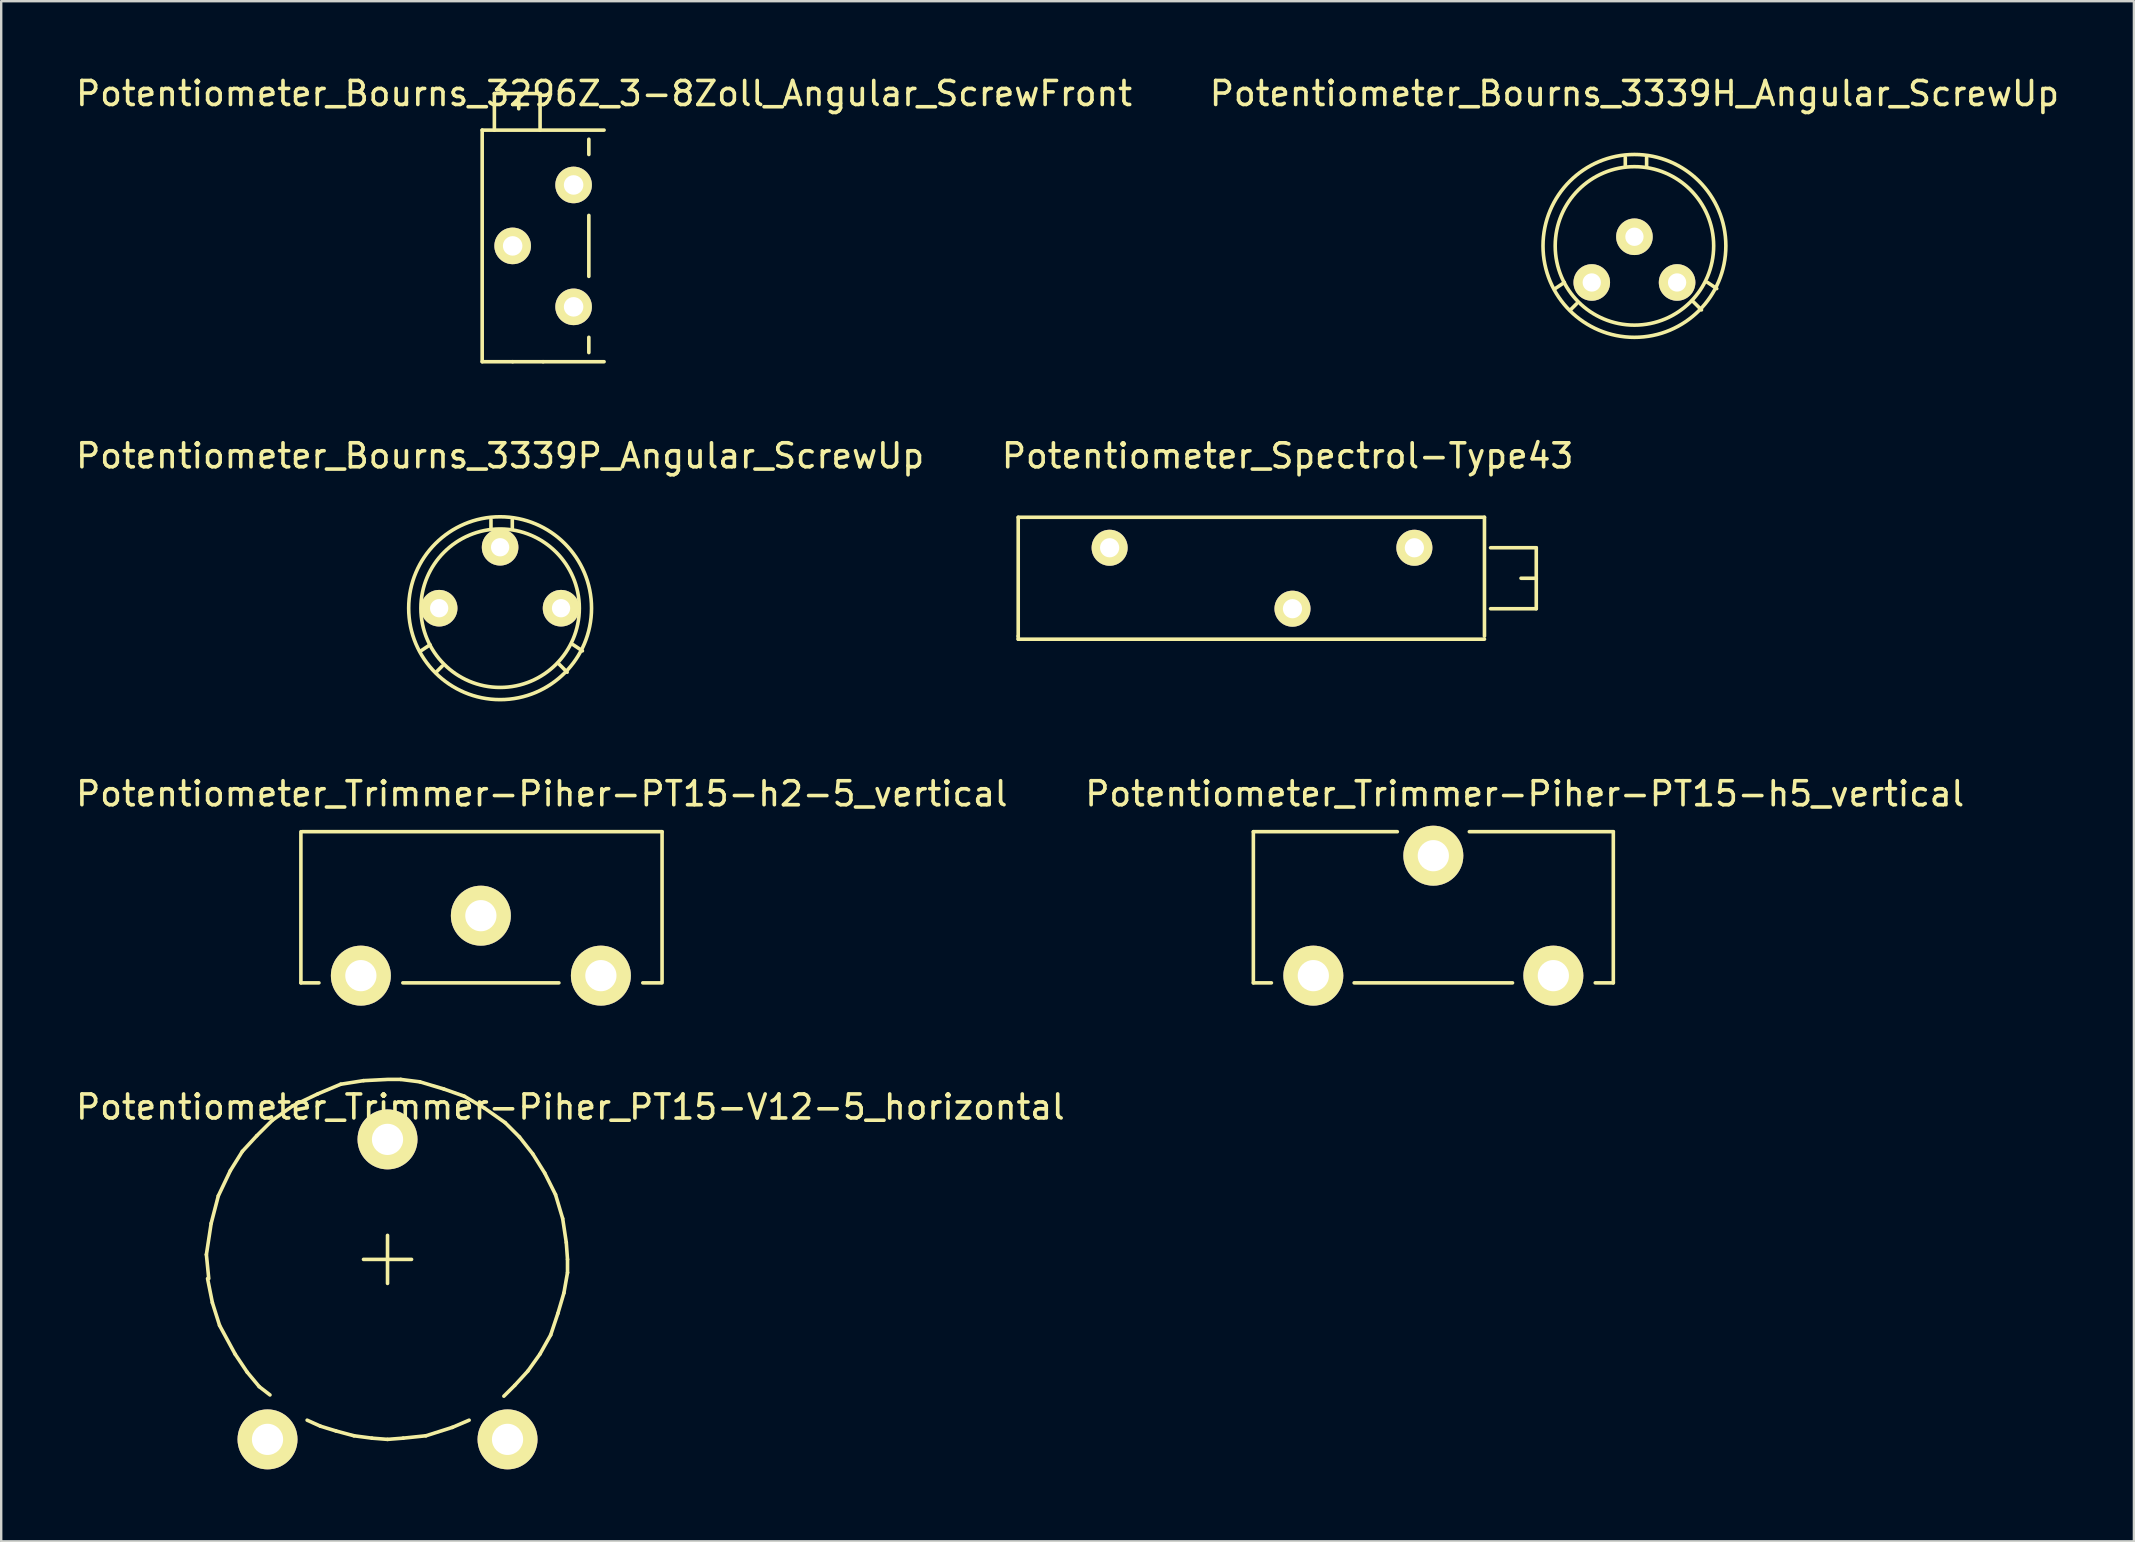
<source format=kicad_pcb>
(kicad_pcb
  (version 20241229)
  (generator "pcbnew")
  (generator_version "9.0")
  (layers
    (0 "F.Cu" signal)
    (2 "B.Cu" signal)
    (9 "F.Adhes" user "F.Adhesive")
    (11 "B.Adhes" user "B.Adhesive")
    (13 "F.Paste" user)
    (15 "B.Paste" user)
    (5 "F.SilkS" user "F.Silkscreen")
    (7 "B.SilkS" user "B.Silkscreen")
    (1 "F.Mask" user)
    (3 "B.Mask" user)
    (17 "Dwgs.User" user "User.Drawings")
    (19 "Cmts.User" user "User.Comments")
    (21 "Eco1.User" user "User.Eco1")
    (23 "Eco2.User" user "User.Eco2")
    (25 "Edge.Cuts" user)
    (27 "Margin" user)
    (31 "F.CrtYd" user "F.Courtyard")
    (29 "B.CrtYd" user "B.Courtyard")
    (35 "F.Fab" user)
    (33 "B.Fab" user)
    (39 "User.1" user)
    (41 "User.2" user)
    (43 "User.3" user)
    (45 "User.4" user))
  (footprint "Potentiometer_Trimmer-Piher_PT15-V12-5_horizontal"
    (layer "F.Cu")
    (at 8.099 56.936)
    (property "Reference" "Potentiometer_Trimmer-Piher_PT15-V12-5_horizontal" (at 12.621 -13.851 0) (layer "F.SilkS") (effects (font (size 1 1) (thickness 0.15))))
    (attr through_hole)
    (fp_line (start -2.548 -7.701) (end -2.449 -6.701) (stroke (width 0.15) (type solid)) (layer "F.SilkS"))
    (fp_line (start -2.499 -6.701) (end -2.299 -5.7) (stroke (width 0.15) (type solid)) (layer "F.SilkS"))
    (fp_line (start -2.349 -9.002) (end -2.548 -7.701) (stroke (width 0.15) (type solid)) (layer "F.SilkS"))
    (fp_line (start -2.299 -5.7) (end -1.999 -4.75) (stroke (width 0.15) (type solid)) (layer "F.SilkS"))
    (fp_line (start -2.05 -10.15) (end -2.349 -9.002) (stroke (width 0.15) (type solid)) (layer "F.SilkS"))
    (fp_line (start -1.999 -4.75) (end -1.349 -3.551) (stroke (width 0.15) (type solid)) (layer "F.SilkS"))
    (fp_line (start -1.549 -11.201) (end -2.05 -10.15) (stroke (width 0.15) (type solid)) (layer "F.SilkS"))
    (fp_line (start -1.349 -3.551) (end -0.848 -2.802) (stroke (width 0.15) (type solid)) (layer "F.SilkS"))
    (fp_line (start -1.049 -12.002) (end -1.549 -11.201) (stroke (width 0.15) (type solid)) (layer "F.SilkS"))
    (fp_line (start -0.848 -2.802) (end -0.348 -2.2) (stroke (width 0.15) (type solid)) (layer "F.SilkS"))
    (fp_line (start -0.45 -12.652) (end -1.049 -12.002) (stroke (width 0.15) (type solid)) (layer "F.SilkS"))
    (fp_line (start -0.348 -2.2) (end 0.102 -1.852) (stroke (width 0.15) (type solid)) (layer "F.SilkS"))
    (fp_line (start 0.201 -13.299) (end -0.45 -12.652) (stroke (width 0.15) (type solid)) (layer "F.SilkS"))
    (fp_line (start 1.052 -13.901) (end 0.201 -13.299) (stroke (width 0.15) (type solid)) (layer "F.SilkS"))
    (fp_line (start 1.651 -0.8) (end 2.202 -0.551) (stroke (width 0.15) (type solid)) (layer "F.SilkS"))
    (fp_line (start 2.101 -14.402) (end 1.052 -13.901) (stroke (width 0.15) (type solid)) (layer "F.SilkS"))
    (fp_line (start 2.202 -0.551) (end 2.852 -0.351) (stroke (width 0.15) (type solid)) (layer "F.SilkS"))
    (fp_line (start 2.852 -0.351) (end 3.602 -0.15) (stroke (width 0.15) (type solid)) (layer "F.SilkS"))
    (fp_line (start 3.051 -14.801) (end 2.101 -14.402) (stroke (width 0.15) (type solid)) (layer "F.SilkS"))
    (fp_line (start 3.602 -0.15) (end 4.351 -0.051) (stroke (width 0.15) (type solid)) (layer "F.SilkS"))
    (fp_line (start 4 -14.95) (end 3.051 -14.801) (stroke (width 0.15) (type solid)) (layer "F.SilkS"))
    (fp_line (start 4 -7.501) (end 6.002 -7.501) (stroke (width 0.15) (type solid)) (layer "F.SilkS"))
    (fp_line (start 4.351 -0.051) (end 5.001 0) (stroke (width 0.15) (type solid)) (layer "F.SilkS"))
    (fp_line (start 5.001 -15.001) (end 4 -14.95) (stroke (width 0.15) (type solid)) (layer "F.SilkS"))
    (fp_line (start 5.001 -8.501) (end 5.001 -6.5) (stroke (width 0.15) (type solid)) (layer "F.SilkS"))
    (fp_line (start 5.001 0) (end 5.652 -0.051) (stroke (width 0.15) (type solid)) (layer "F.SilkS"))
    (fp_line (start 5.552 -15.001) (end 5.052 -15.001) (stroke (width 0.15) (type solid)) (layer "F.SilkS"))
    (fp_line (start 5.652 -0.051) (end 6.601 -0.15) (stroke (width 0.15) (type solid)) (layer "F.SilkS"))
    (fp_line (start 6.35 -14.9) (end 5.552 -15.001) (stroke (width 0.15) (type solid)) (layer "F.SilkS"))
    (fp_line (start 6.601 -0.15) (end 7.701 -0.5) (stroke (width 0.15) (type solid)) (layer "F.SilkS"))
    (fp_line (start 7.351 -14.6) (end 6.35 -14.9) (stroke (width 0.15) (type solid)) (layer "F.SilkS"))
    (fp_line (start 7.701 -0.5) (end 8.402 -0.8) (stroke (width 0.15) (type solid)) (layer "F.SilkS"))
    (fp_line (start 8.202 -14.3) (end 7.351 -14.6) (stroke (width 0.15) (type solid)) (layer "F.SilkS"))
    (fp_line (start 9.05 -13.8) (end 8.202 -14.3) (stroke (width 0.15) (type solid)) (layer "F.SilkS"))
    (fp_line (start 9.85 -1.801) (end 10.302 -2.25) (stroke (width 0.15) (type solid)) (layer "F.SilkS"))
    (fp_line (start 9.901 -13.2) (end 9.05 -13.8) (stroke (width 0.15) (type solid)) (layer "F.SilkS"))
    (fp_line (start 10.302 -2.25) (end 10.851 -2.85) (stroke (width 0.15) (type solid)) (layer "F.SilkS"))
    (fp_line (start 10.5 -12.601) (end 9.901 -13.2) (stroke (width 0.15) (type solid)) (layer "F.SilkS"))
    (fp_line (start 10.851 -2.85) (end 11.351 -3.551) (stroke (width 0.15) (type solid)) (layer "F.SilkS"))
    (fp_line (start 11.052 -11.9) (end 10.5 -12.601) (stroke (width 0.15) (type solid)) (layer "F.SilkS"))
    (fp_line (start 11.351 -3.551) (end 11.801 -4.351) (stroke (width 0.15) (type solid)) (layer "F.SilkS"))
    (fp_line (start 11.552 -11.1) (end 11.052 -11.9) (stroke (width 0.15) (type solid)) (layer "F.SilkS"))
    (fp_line (start 11.801 -4.351) (end 12.101 -5.25) (stroke (width 0.15) (type solid)) (layer "F.SilkS"))
    (fp_line (start 12.002 -10.201) (end 11.552 -11.1) (stroke (width 0.15) (type solid)) (layer "F.SilkS"))
    (fp_line (start 12.101 -5.25) (end 12.352 -6.101) (stroke (width 0.15) (type solid)) (layer "F.SilkS"))
    (fp_line (start 12.301 -9.2) (end 12.002 -10.201) (stroke (width 0.15) (type solid)) (layer "F.SilkS"))
    (fp_line (start 12.352 -6.101) (end 12.502 -6.949) (stroke (width 0.15) (type solid)) (layer "F.SilkS"))
    (fp_line (start 12.451 -8.202) (end 12.301 -9.2) (stroke (width 0.15) (type solid)) (layer "F.SilkS"))
    (fp_line (start 12.502 -7.501) (end 12.451 -8.202) (stroke (width 0.15) (type solid)) (layer "F.SilkS"))
    (fp_line (start 12.502 -6.949) (end 12.502 -7.501) (stroke (width 0.15) (type solid)) (layer "F.SilkS"))
    (pad "1" thru_hole circle (at 0 0) (size 2.499 2.499) (drill 1.3) (layers "*.Cu" "*.Mask" "F.SilkS"))
    (pad "2" thru_hole circle (at 5.001 -12.502) (size 2.499 2.499) (drill 1.3) (layers "*.Cu" "*.Mask" "F.SilkS"))
    (pad "3" thru_hole circle (at 10.003 0) (size 2.499 2.499) (drill 1.3) (layers "*.Cu" "*.Mask" "F.SilkS")))
  (footprint "Potentiometer_Trimmer-Piher-PT15-h2-5_vertical"
    (layer "F.Cu")
    (at 11.989 37.61)
    (property "Reference" "Potentiometer_Trimmer-Piher-PT15-h2-5_vertical" (at 7.541 -7.579 0) (layer "F.SilkS") (effects (font (size 1 1) (thickness 0.15))))
    (attr through_hole)
    (fp_line (start -2.499 -5.999) (end -2.499 0.3) (stroke (width 0.15) (type solid)) (layer "F.SilkS"))
    (fp_line (start -2.499 0.3) (end -1.748 0.3) (stroke (width 0.15) (type solid)) (layer "F.SilkS"))
    (fp_line (start 1.75 0.3) (end 8.252 0.3) (stroke (width 0.15) (type solid)) (layer "F.SilkS"))
    (fp_line (start 11.75 0.3) (end 12.502 0.3) (stroke (width 0.15) (type solid)) (layer "F.SilkS"))
    (fp_line (start 12.55 -5.999) (end -2.451 -5.999) (stroke (width 0.15) (type solid)) (layer "F.SilkS"))
    (fp_line (start 12.553 0.3) (end 12.553 -5.999) (stroke (width 0.15) (type solid)) (layer "F.SilkS"))
    (pad "1" thru_hole circle (at 0 0) (size 2.499 2.499) (drill 1.3) (layers "*.Cu" "*.Mask" "F.SilkS"))
    (pad "2" thru_hole circle (at 5.001 -2.499) (size 2.499 2.499) (drill 1.3) (layers "*.Cu" "*.Mask" "F.SilkS"))
    (pad "3" thru_hole circle (at 10.003 0) (size 2.499 2.499) (drill 1.3) (layers "*.Cu" "*.Mask" "F.SilkS")))
  (footprint "Potentiometer_Spectrol-Type43"
    (layer "F.Cu")
    (at 43.194 19.778)
    (property "Reference" "Potentiometer_Spectrol-Type43" (at 7.419 -3.83 0) (layer "F.SilkS") (effects (font (size 1 1) (thickness 0.15))))
    (attr through_hole)
    (fp_line (start -3.81 -1.27) (end -3.81 3.683) (stroke (width 0.15) (type solid)) (layer "F.SilkS"))
    (fp_line (start -3.81 3.683) (end -3.81 3.81) (stroke (width 0.15) (type solid)) (layer "F.SilkS"))
    (fp_line (start -3.81 3.81) (end 15.621 3.81) (stroke (width 0.15) (type solid)) (layer "F.SilkS"))
    (fp_line (start 15.621 -1.27) (end -3.81 -1.27) (stroke (width 0.15) (type solid)) (layer "F.SilkS"))
    (fp_line (start 15.621 3.683) (end 15.621 -1.27) (stroke (width 0.15) (type solid)) (layer "F.SilkS"))
    (fp_line (start 15.875 0) (end 17.78 0) (stroke (width 0.15) (type solid)) (layer "F.SilkS"))
    (fp_line (start 17.145 1.27) (end 17.78 1.27) (stroke (width 0.15) (type solid)) (layer "F.SilkS"))
    (fp_line (start 17.78 0) (end 17.78 2.54) (stroke (width 0.15) (type solid)) (layer "F.SilkS"))
    (fp_line (start 17.78 2.54) (end 15.875 2.54) (stroke (width 0.15) (type solid)) (layer "F.SilkS"))
    (pad "1" thru_hole circle (at 0 0) (size 1.501 1.501) (drill 0.8) (layers "*.Cu" "*.Mask" "F.SilkS"))
    (pad "2" thru_hole circle (at 7.62 2.54) (size 1.501 1.501) (drill 0.8) (layers "*.Cu" "*.Mask" "F.SilkS"))
    (pad "3" thru_hole circle (at 12.7 0) (size 1.501 1.501) (drill 0.8) (layers "*.Cu" "*.Mask" "F.SilkS")))
  (footprint "Potentiometer_Bourns_3296Z_3-8Zoll_Angular_ScrewFront"
    (layer "F.Cu")
    (at 20.855 9.738)
    (property "Reference" "Potentiometer_Bourns_3296Z_3-8Zoll_Angular_ScrewFront" (at 1.27 -8.89 0) (layer "F.SilkS") (effects (font (size 1 1) (thickness 0.15))))
    (attr through_hole)
    (fp_line (start -3.81 -7.366) (end 1.27 -7.366) (stroke (width 0.15) (type solid)) (layer "F.SilkS"))
    (fp_line (start -3.81 2.286) (end -3.81 -7.366) (stroke (width 0.15) (type solid)) (layer "F.SilkS"))
    (fp_line (start -3.302 -8.89) (end -1.397 -8.89) (stroke (width 0.15) (type solid)) (layer "F.SilkS"))
    (fp_line (start -3.302 -7.366) (end -3.302 -8.89) (stroke (width 0.15) (type solid)) (layer "F.SilkS"))
    (fp_line (start -2.54 2.286) (end -3.81 2.286) (stroke (width 0.15) (type solid)) (layer "F.SilkS"))
    (fp_line (start -2.286 -8.89) (end -2.286 -8.255) (stroke (width 0.15) (type solid)) (layer "F.SilkS"))
    (fp_line (start -1.397 -8.89) (end -1.397 -7.366) (stroke (width 0.15) (type solid)) (layer "F.SilkS"))
    (fp_line (start -1.27 2.286) (end -2.54 2.286) (stroke (width 0.15) (type solid)) (layer "F.SilkS"))
    (fp_line (start 0.635 -6.985) (end 0.635 -6.35) (stroke (width 0.15) (type solid)) (layer "F.SilkS"))
    (fp_line (start 0.635 -3.81) (end 0.635 -1.27) (stroke (width 0.15) (type solid)) (layer "F.SilkS"))
    (fp_line (start 0.635 1.27) (end 0.635 1.905) (stroke (width 0.15) (type solid)) (layer "F.SilkS"))
    (fp_line (start 1.27 2.286) (end -1.27 2.286) (stroke (width 0.15) (type solid)) (layer "F.SilkS"))
    (pad "1" thru_hole circle (at 0 0) (size 1.524 1.524) (drill 0.813) (layers "*.Cu" "*.Mask" "F.SilkS"))
    (pad "2" thru_hole circle (at -2.54 -2.54) (size 1.524 1.524) (drill 0.813) (layers "*.Cu" "*.Mask" "F.SilkS"))
    (pad "3" thru_hole circle (at 0 -5.08) (size 1.524 1.524) (drill 0.813) (layers "*.Cu" "*.Mask" "F.SilkS")))
  (footprint "Potentiometer_Trimmer-Piher-PT15-h5_vertical"
    (layer "F.Cu")
    (at 51.683 37.61)
    (property "Reference" "Potentiometer_Trimmer-Piher-PT15-h5_vertical" (at 8.811 -7.579 0) (layer "F.SilkS") (effects (font (size 1 1) (thickness 0.15))))
    (attr through_hole)
    (fp_line (start -2.499 -5.999) (end -2.499 0.3) (stroke (width 0.15) (type solid)) (layer "F.SilkS"))
    (fp_line (start -2.499 0.3) (end -1.748 0.3) (stroke (width 0.15) (type solid)) (layer "F.SilkS"))
    (fp_line (start 1.702 0.3) (end 8.301 0.3) (stroke (width 0.15) (type solid)) (layer "F.SilkS"))
    (fp_line (start 3.5 -5.999) (end -2.499 -5.999) (stroke (width 0.15) (type solid)) (layer "F.SilkS"))
    (fp_line (start 11.75 0.3) (end 12.502 0.3) (stroke (width 0.15) (type solid)) (layer "F.SilkS"))
    (fp_line (start 12.502 -5.999) (end 6.502 -5.999) (stroke (width 0.15) (type solid)) (layer "F.SilkS"))
    (fp_line (start 12.502 0.3) (end 12.502 -5.999) (stroke (width 0.15) (type solid)) (layer "F.SilkS"))
    (pad "1" thru_hole circle (at 0 0) (size 2.499 2.499) (drill 1.3) (layers "*.Cu" "*.Mask" "F.SilkS"))
    (pad "2" thru_hole circle (at 5.001 -4.999) (size 2.499 2.499) (drill 1.3) (layers "*.Cu" "*.Mask" "F.SilkS"))
    (pad "3" thru_hole circle (at 10.003 0) (size 2.499 2.499) (drill 1.3) (layers "*.Cu" "*.Mask" "F.SilkS")))
  (footprint "Potentiometer_Bourns_3339H_Angular_ScrewUp"
    (layer "F.Cu")
    (at 63.287 8.722)
    (property "Reference" "Potentiometer_Bourns_3339H_Angular_ScrewUp" (at 1.778 -7.874 0) (layer "F.SilkS") (effects (font (size 1 1) (thickness 0.15))))
    (attr through_hole)
    (fp_line (start -1.524 0.254) (end -1.143 0) (stroke (width 0.15) (type solid)) (layer "F.SilkS"))
    (fp_line (start -0.889 1.143) (end -0.635 0.889) (stroke (width 0.15) (type solid)) (layer "F.SilkS"))
    (fp_line (start 1.397 -4.826) (end 1.397 -5.207) (stroke (width 0.15) (type solid)) (layer "F.SilkS"))
    (fp_line (start 2.286 -4.826) (end 2.286 -5.207) (stroke (width 0.15) (type solid)) (layer "F.SilkS"))
    (fp_line (start 4.572 1.143) (end 4.191 0.762) (stroke (width 0.15) (type solid)) (layer "F.SilkS"))
    (fp_line (start 5.207 0.254) (end 4.826 0) (stroke (width 0.15) (type solid)) (layer "F.SilkS"))
    (fp_circle (center 1.778 -1.524) (end 5.08 -1.524) (stroke (width 0.15) (type solid)) (fill no) (layer "F.SilkS"))
    (fp_circle (center 1.778 -1.524) (end 5.588 -1.524) (stroke (width 0.15) (type solid)) (fill no) (layer "F.SilkS"))
    (pad "1" thru_hole circle (at 0 0) (size 1.524 1.524) (drill 0.762) (layers "*.Cu" "*.Mask" "F.SilkS"))
    (pad "2" thru_hole circle (at 1.778 -1.905) (size 1.524 1.524) (drill 0.762) (layers "*.Cu" "*.Mask" "F.SilkS"))
    (pad "3" thru_hole circle (at 3.556 0) (size 1.524 1.524) (drill 0.762) (layers "*.Cu" "*.Mask" "F.SilkS")))
  (footprint "Potentiometer_Bourns_3339P_Angular_ScrewUp"
    (layer "F.Cu")
    (at 15.252 22.297)
    (property "Reference" "Potentiometer_Bourns_3339P_Angular_ScrewUp" (at 2.54 -6.35 0) (layer "F.SilkS") (effects (font (size 1 1) (thickness 0.15))))
    (attr through_hole)
    (fp_line (start -0.762 1.778) (end -0.381 1.524) (stroke (width 0.15) (type solid)) (layer "F.SilkS"))
    (fp_line (start -0.127 2.667) (end 0.127 2.413) (stroke (width 0.15) (type solid)) (layer "F.SilkS"))
    (fp_line (start 2.159 -3.302) (end 2.159 -3.683) (stroke (width 0.15) (type solid)) (layer "F.SilkS"))
    (fp_line (start 3.048 -3.302) (end 3.048 -3.683) (stroke (width 0.15) (type solid)) (layer "F.SilkS"))
    (fp_line (start 5.334 2.667) (end 4.953 2.286) (stroke (width 0.15) (type solid)) (layer "F.SilkS"))
    (fp_line (start 5.969 1.778) (end 5.588 1.524) (stroke (width 0.15) (type solid)) (layer "F.SilkS"))
    (fp_circle (center 2.54 0) (end 5.842 0) (stroke (width 0.15) (type solid)) (fill no) (layer "F.SilkS"))
    (fp_circle (center 2.54 0) (end 6.35 0) (stroke (width 0.15) (type solid)) (fill no) (layer "F.SilkS"))
    (pad "1" thru_hole circle (at 0 0) (size 1.524 1.524) (drill 0.762) (layers "*.Cu" "*.Mask" "F.SilkS"))
    (pad "2" thru_hole circle (at 2.54 -2.54) (size 1.524 1.524) (drill 0.762) (layers "*.Cu" "*.Mask" "F.SilkS"))
    (pad "3" thru_hole circle (at 5.08 0) (size 1.524 1.524) (drill 0.762) (layers "*.Cu" "*.Mask" "F.SilkS")))
  (gr_rect
    (start -3 -3)
    (end 85.881 61.186)
    (stroke (width 0.1) (type default))
    (fill no)
    (layer "Edge.Cuts")))
</source>
